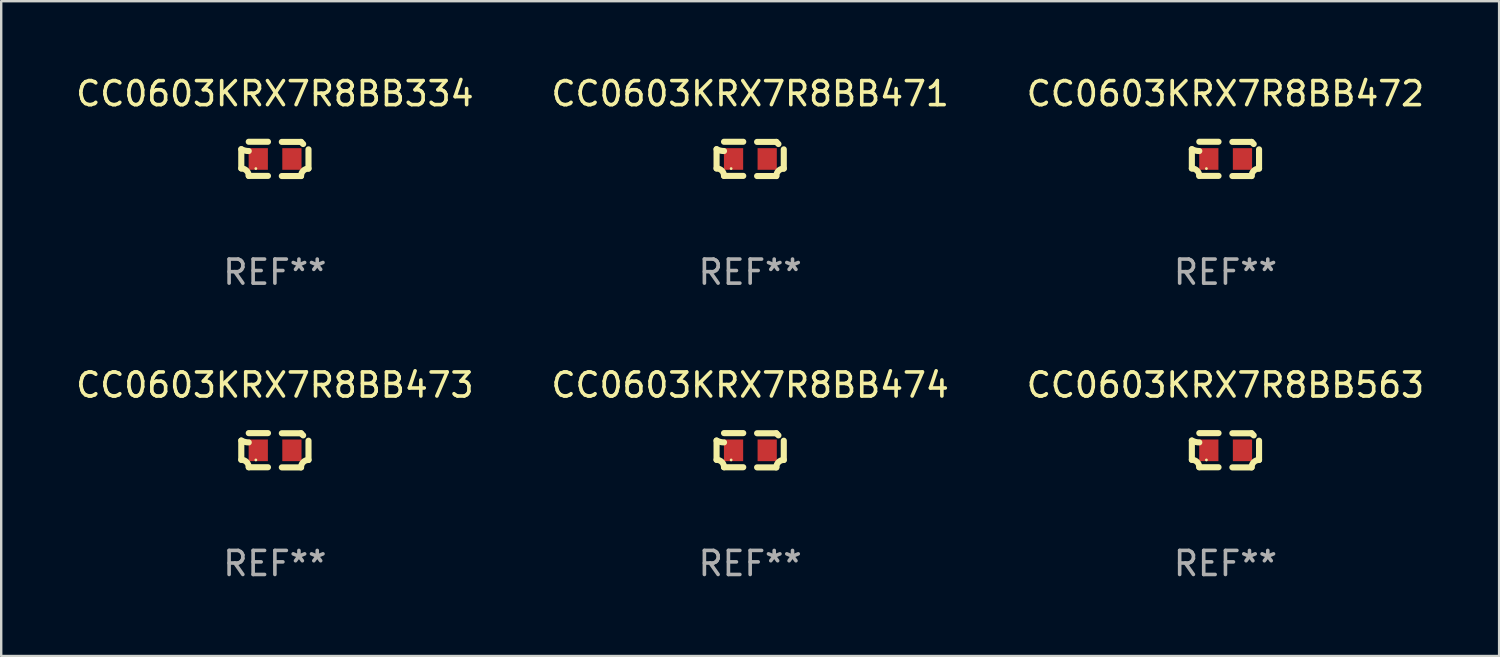
<source format=kicad_pcb>
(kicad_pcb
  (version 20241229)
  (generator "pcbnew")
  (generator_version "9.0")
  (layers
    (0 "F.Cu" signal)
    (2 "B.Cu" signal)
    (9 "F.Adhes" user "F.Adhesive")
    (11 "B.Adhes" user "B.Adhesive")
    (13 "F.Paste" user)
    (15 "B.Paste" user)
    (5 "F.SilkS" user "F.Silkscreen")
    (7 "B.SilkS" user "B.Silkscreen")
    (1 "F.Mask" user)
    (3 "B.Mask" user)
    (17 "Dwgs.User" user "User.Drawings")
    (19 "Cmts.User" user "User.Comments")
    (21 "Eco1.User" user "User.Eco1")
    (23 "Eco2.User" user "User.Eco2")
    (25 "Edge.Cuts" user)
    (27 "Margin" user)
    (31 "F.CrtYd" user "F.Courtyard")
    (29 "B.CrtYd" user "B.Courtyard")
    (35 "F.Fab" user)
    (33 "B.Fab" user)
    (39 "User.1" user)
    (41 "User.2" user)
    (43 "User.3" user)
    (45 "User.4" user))
  (footprint "CC0603KRX7R8BB472"
    (layer "F.Cu")
    (at 47.935 3.561)
    (property "Reference" "CC0603KRX7R8BB472" (at 0 -2.713 0) (layer "F.SilkS") (effects (font (size 1 1) (thickness 0.15))))
    (attr through_hole)
    (fp_line (start -1.398 -0.403) (end -1.398 0.397) (stroke (width 0.254) (type solid)) (layer "F.SilkS"))
    (fp_line (start -0.288 -0.713) (end -1.088 -0.713) (stroke (width 0.254) (type solid)) (layer "F.SilkS"))
    (fp_line (start -0.288 0.707) (end -1.088 0.707) (stroke (width 0.254) (type solid)) (layer "F.SilkS"))
    (fp_line (start 0.288 -0.707) (end 1.088 -0.707) (stroke (width 0.254) (type solid)) (layer "F.SilkS"))
    (fp_line (start 0.288 0.713) (end 1.088 0.713) (stroke (width 0.254) (type solid)) (layer "F.SilkS"))
    (fp_line (start 1.398 -0.397) (end 1.398 0.403) (stroke (width 0.254) (type solid)) (layer "F.SilkS"))
    (fp_arc (start -1.397789 0.397066) (mid -1.178701 0.487826) (end -1.08796 0.706922) (stroke (width 0.254001) (type solid)) (layer "F.SilkS"))
    (fp_arc (start -1.08796 -0.327176) (mid -1.247436 -0.346384) (end -1.39779 -0.402908) (stroke (width 0.254001) (type solid)) (layer "F.SilkS"))
    (fp_arc (start 1.087909 0.712738) (mid 1.178656 0.493655) (end 1.397739 0.402908) (stroke (width 0.254001) (type solid)) (layer "F.SilkS"))
    (fp_arc (start 1.175925 -0.618926) (mid 1.131917 -0.662923) (end 1.08791 -0.706922) (stroke (width 0.254001) (type solid)) (layer "F.SilkS"))
    (fp_circle (center -0.792 0.403) (end -0.762 0.403) (stroke (width 0.06) (type solid)) (fill no) (layer "F.SilkS"))
    (fp_text user "REF**" (at 0 4.713 0) (layer "F.Fab") (effects (font (size 1 1) (thickness 0.15))))
    (pad "1" smd rect (at -0.692 0.003) (size 0.8 0.9) (layers "F.Cu" "F.Mask" "F.Paste"))
    (pad "2" smd rect (at 0.708 0.003) (size 0.8 0.9) (layers "F.Cu" "F.Mask" "F.Paste")))
  (footprint "CC0603KRX7R8BB471"
    (layer "F.Cu")
    (at 28.161 3.561)
    (property "Reference" "CC0603KRX7R8BB471" (at 0 -2.713 0) (layer "F.SilkS") (effects (font (size 1 1) (thickness 0.15))))
    (attr through_hole)
    (fp_line (start -1.398 -0.403) (end -1.398 0.397) (stroke (width 0.254) (type solid)) (layer "F.SilkS"))
    (fp_line (start -0.288 -0.713) (end -1.088 -0.713) (stroke (width 0.254) (type solid)) (layer "F.SilkS"))
    (fp_line (start -0.288 0.707) (end -1.088 0.707) (stroke (width 0.254) (type solid)) (layer "F.SilkS"))
    (fp_line (start 0.288 -0.707) (end 1.088 -0.707) (stroke (width 0.254) (type solid)) (layer "F.SilkS"))
    (fp_line (start 0.288 0.713) (end 1.088 0.713) (stroke (width 0.254) (type solid)) (layer "F.SilkS"))
    (fp_line (start 1.398 -0.397) (end 1.398 0.403) (stroke (width 0.254) (type solid)) (layer "F.SilkS"))
    (fp_arc (start -1.397789 0.397066) (mid -1.178701 0.487826) (end -1.08796 0.706922) (stroke (width 0.254001) (type solid)) (layer "F.SilkS"))
    (fp_arc (start -1.08796 -0.327176) (mid -1.247436 -0.346384) (end -1.39779 -0.402908) (stroke (width 0.254001) (type solid)) (layer "F.SilkS"))
    (fp_arc (start 1.087909 0.712738) (mid 1.178656 0.493655) (end 1.397739 0.402908) (stroke (width 0.254001) (type solid)) (layer "F.SilkS"))
    (fp_arc (start 1.175925 -0.618926) (mid 1.131917 -0.662923) (end 1.08791 -0.706922) (stroke (width 0.254001) (type solid)) (layer "F.SilkS"))
    (fp_circle (center -0.792 0.403) (end -0.762 0.403) (stroke (width 0.06) (type solid)) (fill no) (layer "F.SilkS"))
    (fp_text user "REF**" (at 0 4.713 0) (layer "F.Fab") (effects (font (size 1 1) (thickness 0.15))))
    (pad "1" smd rect (at -0.692 0.003) (size 0.8 0.9) (layers "F.Cu" "F.Mask" "F.Paste"))
    (pad "2" smd rect (at 0.708 0.003) (size 0.8 0.9) (layers "F.Cu" "F.Mask" "F.Paste")))
  (footprint "CC0603KRX7R8BB474"
    (layer "F.Cu")
    (at 28.161 15.683)
    (property "Reference" "CC0603KRX7R8BB474" (at 0 -2.713 0) (layer "F.SilkS") (effects (font (size 1 1) (thickness 0.15))))
    (attr through_hole)
    (fp_line (start -1.398 -0.403) (end -1.398 0.397) (stroke (width 0.254) (type solid)) (layer "F.SilkS"))
    (fp_line (start -0.288 -0.713) (end -1.088 -0.713) (stroke (width 0.254) (type solid)) (layer "F.SilkS"))
    (fp_line (start -0.288 0.707) (end -1.088 0.707) (stroke (width 0.254) (type solid)) (layer "F.SilkS"))
    (fp_line (start 0.288 -0.707) (end 1.088 -0.707) (stroke (width 0.254) (type solid)) (layer "F.SilkS"))
    (fp_line (start 0.288 0.713) (end 1.088 0.713) (stroke (width 0.254) (type solid)) (layer "F.SilkS"))
    (fp_line (start 1.398 -0.397) (end 1.398 0.403) (stroke (width 0.254) (type solid)) (layer "F.SilkS"))
    (fp_arc (start -1.397789 0.397066) (mid -1.178701 0.487826) (end -1.08796 0.706922) (stroke (width 0.254001) (type solid)) (layer "F.SilkS"))
    (fp_arc (start -1.08796 -0.327176) (mid -1.247436 -0.346384) (end -1.39779 -0.402908) (stroke (width 0.254001) (type solid)) (layer "F.SilkS"))
    (fp_arc (start 1.087909 0.712738) (mid 1.178656 0.493655) (end 1.397739 0.402908) (stroke (width 0.254001) (type solid)) (layer "F.SilkS"))
    (fp_arc (start 1.175925 -0.618926) (mid 1.131917 -0.662923) (end 1.08791 -0.706922) (stroke (width 0.254001) (type solid)) (layer "F.SilkS"))
    (fp_circle (center -0.792 0.403) (end -0.762 0.403) (stroke (width 0.06) (type solid)) (fill no) (layer "F.SilkS"))
    (fp_text user "REF**" (at 0 4.713 0) (layer "F.Fab") (effects (font (size 1 1) (thickness 0.15))))
    (pad "1" smd rect (at -0.692 0.003) (size 0.8 0.9) (layers "F.Cu" "F.Mask" "F.Paste"))
    (pad "2" smd rect (at 0.708 0.003) (size 0.8 0.9) (layers "F.Cu" "F.Mask" "F.Paste")))
  (footprint "CC0603KRX7R8BB473"
    (layer "F.Cu")
    (at 8.387 15.683)
    (property "Reference" "CC0603KRX7R8BB473" (at 0 -2.713 0) (layer "F.SilkS") (effects (font (size 1 1) (thickness 0.15))))
    (attr through_hole)
    (fp_line (start -1.398 -0.403) (end -1.398 0.397) (stroke (width 0.254) (type solid)) (layer "F.SilkS"))
    (fp_line (start -0.288 -0.713) (end -1.088 -0.713) (stroke (width 0.254) (type solid)) (layer "F.SilkS"))
    (fp_line (start -0.288 0.707) (end -1.088 0.707) (stroke (width 0.254) (type solid)) (layer "F.SilkS"))
    (fp_line (start 0.288 -0.707) (end 1.088 -0.707) (stroke (width 0.254) (type solid)) (layer "F.SilkS"))
    (fp_line (start 0.288 0.713) (end 1.088 0.713) (stroke (width 0.254) (type solid)) (layer "F.SilkS"))
    (fp_line (start 1.398 -0.397) (end 1.398 0.403) (stroke (width 0.254) (type solid)) (layer "F.SilkS"))
    (fp_arc (start -1.397789 0.397066) (mid -1.178701 0.487826) (end -1.08796 0.706922) (stroke (width 0.254001) (type solid)) (layer "F.SilkS"))
    (fp_arc (start -1.08796 -0.327176) (mid -1.247436 -0.346384) (end -1.39779 -0.402908) (stroke (width 0.254001) (type solid)) (layer "F.SilkS"))
    (fp_arc (start 1.087909 0.712738) (mid 1.178656 0.493655) (end 1.397739 0.402908) (stroke (width 0.254001) (type solid)) (layer "F.SilkS"))
    (fp_arc (start 1.175925 -0.618926) (mid 1.131917 -0.662923) (end 1.08791 -0.706922) (stroke (width 0.254001) (type solid)) (layer "F.SilkS"))
    (fp_circle (center -0.792 0.403) (end -0.762 0.403) (stroke (width 0.06) (type solid)) (fill no) (layer "F.SilkS"))
    (fp_text user "REF**" (at 0 4.713 0) (layer "F.Fab") (effects (font (size 1 1) (thickness 0.15))))
    (pad "1" smd rect (at -0.692 0.003) (size 0.8 0.9) (layers "F.Cu" "F.Mask" "F.Paste"))
    (pad "2" smd rect (at 0.708 0.003) (size 0.8 0.9) (layers "F.Cu" "F.Mask" "F.Paste")))
  (footprint "CC0603KRX7R8BB563"
    (layer "F.Cu")
    (at 47.935 15.683)
    (property "Reference" "CC0603KRX7R8BB563" (at 0 -2.713 0) (layer "F.SilkS") (effects (font (size 1 1) (thickness 0.15))))
    (attr through_hole)
    (fp_line (start -1.398 -0.403) (end -1.398 0.397) (stroke (width 0.254) (type solid)) (layer "F.SilkS"))
    (fp_line (start -0.288 -0.713) (end -1.088 -0.713) (stroke (width 0.254) (type solid)) (layer "F.SilkS"))
    (fp_line (start -0.288 0.707) (end -1.088 0.707) (stroke (width 0.254) (type solid)) (layer "F.SilkS"))
    (fp_line (start 0.288 -0.707) (end 1.088 -0.707) (stroke (width 0.254) (type solid)) (layer "F.SilkS"))
    (fp_line (start 0.288 0.713) (end 1.088 0.713) (stroke (width 0.254) (type solid)) (layer "F.SilkS"))
    (fp_line (start 1.398 -0.397) (end 1.398 0.403) (stroke (width 0.254) (type solid)) (layer "F.SilkS"))
    (fp_arc (start -1.397789 0.397066) (mid -1.178701 0.487826) (end -1.08796 0.706922) (stroke (width 0.254001) (type solid)) (layer "F.SilkS"))
    (fp_arc (start -1.08796 -0.327176) (mid -1.247436 -0.346384) (end -1.39779 -0.402908) (stroke (width 0.254001) (type solid)) (layer "F.SilkS"))
    (fp_arc (start 1.087909 0.712738) (mid 1.178656 0.493655) (end 1.397739 0.402908) (stroke (width 0.254001) (type solid)) (layer "F.SilkS"))
    (fp_arc (start 1.175925 -0.618926) (mid 1.131917 -0.662923) (end 1.08791 -0.706922) (stroke (width 0.254001) (type solid)) (layer "F.SilkS"))
    (fp_circle (center -0.792 0.403) (end -0.762 0.403) (stroke (width 0.06) (type solid)) (fill no) (layer "F.SilkS"))
    (fp_text user "REF**" (at 0 4.713 0) (layer "F.Fab") (effects (font (size 1 1) (thickness 0.15))))
    (pad "1" smd rect (at -0.692 0.003) (size 0.8 0.9) (layers "F.Cu" "F.Mask" "F.Paste"))
    (pad "2" smd rect (at 0.708 0.003) (size 0.8 0.9) (layers "F.Cu" "F.Mask" "F.Paste")))
  (footprint "CC0603KRX7R8BB334"
    (layer "F.Cu")
    (at 8.387 3.561)
    (property "Reference" "CC0603KRX7R8BB334" (at 0 -2.713 0) (layer "F.SilkS") (effects (font (size 1 1) (thickness 0.15))))
    (attr through_hole)
    (fp_line (start -1.398 -0.403) (end -1.398 0.397) (stroke (width 0.254) (type solid)) (layer "F.SilkS"))
    (fp_line (start -0.288 -0.713) (end -1.088 -0.713) (stroke (width 0.254) (type solid)) (layer "F.SilkS"))
    (fp_line (start -0.288 0.707) (end -1.088 0.707) (stroke (width 0.254) (type solid)) (layer "F.SilkS"))
    (fp_line (start 0.288 -0.707) (end 1.088 -0.707) (stroke (width 0.254) (type solid)) (layer "F.SilkS"))
    (fp_line (start 0.288 0.713) (end 1.088 0.713) (stroke (width 0.254) (type solid)) (layer "F.SilkS"))
    (fp_line (start 1.398 -0.397) (end 1.398 0.403) (stroke (width 0.254) (type solid)) (layer "F.SilkS"))
    (fp_arc (start -1.397789 0.397066) (mid -1.178701 0.487826) (end -1.08796 0.706922) (stroke (width 0.254001) (type solid)) (layer "F.SilkS"))
    (fp_arc (start -1.08796 -0.327176) (mid -1.247436 -0.346384) (end -1.39779 -0.402908) (stroke (width 0.254001) (type solid)) (layer "F.SilkS"))
    (fp_arc (start 1.087909 0.712738) (mid 1.178656 0.493655) (end 1.397739 0.402908) (stroke (width 0.254001) (type solid)) (layer "F.SilkS"))
    (fp_arc (start 1.175925 -0.618926) (mid 1.131917 -0.662923) (end 1.08791 -0.706922) (stroke (width 0.254001) (type solid)) (layer "F.SilkS"))
    (fp_circle (center -0.792 0.403) (end -0.762 0.403) (stroke (width 0.06) (type solid)) (fill no) (layer "F.SilkS"))
    (fp_text user "REF**" (at 0 4.713 0) (layer "F.Fab") (effects (font (size 1 1) (thickness 0.15))))
    (pad "1" smd rect (at -0.692 0.003) (size 0.8 0.9) (layers "F.Cu" "F.Mask" "F.Paste"))
    (pad "2" smd rect (at 0.708 0.003) (size 0.8 0.9) (layers "F.Cu" "F.Mask" "F.Paste")))
  (gr_rect
    (start -3 -3)
    (end 59.321 24.244)
    (stroke (width 0.1) (type default))
    (fill no)
    (layer "Edge.Cuts")))
</source>
